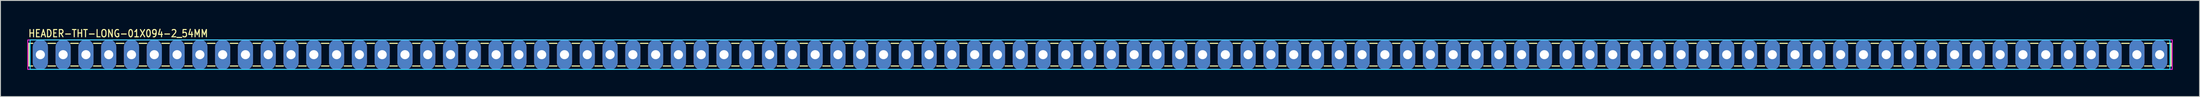
<source format=kicad_pcb>
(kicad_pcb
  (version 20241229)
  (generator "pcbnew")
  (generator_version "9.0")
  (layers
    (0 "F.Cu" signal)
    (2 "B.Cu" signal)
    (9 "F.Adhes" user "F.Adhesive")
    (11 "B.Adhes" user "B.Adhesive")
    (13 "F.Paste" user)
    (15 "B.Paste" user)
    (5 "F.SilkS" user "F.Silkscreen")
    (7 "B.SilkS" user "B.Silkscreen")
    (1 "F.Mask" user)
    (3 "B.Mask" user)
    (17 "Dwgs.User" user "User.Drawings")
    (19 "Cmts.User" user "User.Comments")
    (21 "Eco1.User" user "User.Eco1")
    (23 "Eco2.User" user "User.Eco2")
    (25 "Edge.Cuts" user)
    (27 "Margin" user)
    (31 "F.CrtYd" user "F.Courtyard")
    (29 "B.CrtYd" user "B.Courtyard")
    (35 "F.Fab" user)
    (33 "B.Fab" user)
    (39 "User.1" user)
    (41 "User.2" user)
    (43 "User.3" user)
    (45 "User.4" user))
  (footprint "HEADER-THT-LONG-01X094-2_54MM"
    (layer "F.Cu")
    (at 1.447 3.079)
    (property "Reference" "HEADER-THT-LONG-01X094-2_54MM" (at -1.4 -1.9 0) (unlocked yes) (layer "F.SilkS") (effects (font (size 0.813 0.695) (thickness 0.122)) (justify left bottom)))
    (fp_line (start -1.27 -1.27) (end -1.27 1.27) (stroke (width 0.127) (type solid)) (layer "F.SilkS"))
    (fp_line (start -1.27 1.27) (end -0.85 1.27) (stroke (width 0.127) (type solid)) (layer "F.SilkS"))
    (fp_line (start -0.85 -1.27) (end -1.27 -1.27) (stroke (width 0.127) (type solid)) (layer "F.SilkS"))
    (fp_line (start 0.85 -1.27) (end 1.69 -1.27) (stroke (width 0.127) (type solid)) (layer "F.SilkS"))
    (fp_line (start 0.85 1.27) (end 1.69 1.27) (stroke (width 0.127) (type solid)) (layer "F.SilkS"))
    (fp_line (start 3.39 -1.27) (end 4.23 -1.27) (stroke (width 0.127) (type solid)) (layer "F.SilkS"))
    (fp_line (start 3.39 1.27) (end 4.23 1.27) (stroke (width 0.127) (type solid)) (layer "F.SilkS"))
    (fp_line (start 5.93 -1.27) (end 6.77 -1.27) (stroke (width 0.127) (type solid)) (layer "F.SilkS"))
    (fp_line (start 5.93 1.27) (end 6.77 1.27) (stroke (width 0.127) (type solid)) (layer "F.SilkS"))
    (fp_line (start 8.47 -1.27) (end 9.31 -1.27) (stroke (width 0.127) (type solid)) (layer "F.SilkS"))
    (fp_line (start 8.47 1.27) (end 9.31 1.27) (stroke (width 0.127) (type solid)) (layer "F.SilkS"))
    (fp_line (start 11.01 -1.27) (end 11.85 -1.27) (stroke (width 0.127) (type solid)) (layer "F.SilkS"))
    (fp_line (start 11.01 1.27) (end 11.85 1.27) (stroke (width 0.127) (type solid)) (layer "F.SilkS"))
    (fp_line (start 13.55 -1.27) (end 14.39 -1.27) (stroke (width 0.127) (type solid)) (layer "F.SilkS"))
    (fp_line (start 13.55 1.27) (end 14.39 1.27) (stroke (width 0.127) (type solid)) (layer "F.SilkS"))
    (fp_line (start 16.09 -1.27) (end 16.93 -1.27) (stroke (width 0.127) (type solid)) (layer "F.SilkS"))
    (fp_line (start 16.09 1.27) (end 16.93 1.27) (stroke (width 0.127) (type solid)) (layer "F.SilkS"))
    (fp_line (start 18.63 -1.27) (end 19.47 -1.27) (stroke (width 0.127) (type solid)) (layer "F.SilkS"))
    (fp_line (start 18.63 1.27) (end 19.47 1.27) (stroke (width 0.127) (type solid)) (layer "F.SilkS"))
    (fp_line (start 21.17 -1.27) (end 22.01 -1.27) (stroke (width 0.127) (type solid)) (layer "F.SilkS"))
    (fp_line (start 21.17 1.27) (end 22.01 1.27) (stroke (width 0.127) (type solid)) (layer "F.SilkS"))
    (fp_line (start 23.71 -1.27) (end 24.55 -1.27) (stroke (width 0.127) (type solid)) (layer "F.SilkS"))
    (fp_line (start 23.71 1.27) (end 24.55 1.27) (stroke (width 0.127) (type solid)) (layer "F.SilkS"))
    (fp_line (start 26.25 -1.27) (end 27.09 -1.27) (stroke (width 0.127) (type solid)) (layer "F.SilkS"))
    (fp_line (start 26.25 1.27) (end 27.09 1.27) (stroke (width 0.127) (type solid)) (layer "F.SilkS"))
    (fp_line (start 28.79 -1.27) (end 29.63 -1.27) (stroke (width 0.127) (type solid)) (layer "F.SilkS"))
    (fp_line (start 28.79 1.27) (end 29.63 1.27) (stroke (width 0.127) (type solid)) (layer "F.SilkS"))
    (fp_line (start 31.33 -1.27) (end 32.17 -1.27) (stroke (width 0.127) (type solid)) (layer "F.SilkS"))
    (fp_line (start 31.33 1.27) (end 32.17 1.27) (stroke (width 0.127) (type solid)) (layer "F.SilkS"))
    (fp_line (start 33.87 -1.27) (end 34.71 -1.27) (stroke (width 0.127) (type solid)) (layer "F.SilkS"))
    (fp_line (start 33.87 1.27) (end 34.71 1.27) (stroke (width 0.127) (type solid)) (layer "F.SilkS"))
    (fp_line (start 36.41 -1.27) (end 37.25 -1.27) (stroke (width 0.127) (type solid)) (layer "F.SilkS"))
    (fp_line (start 36.41 1.27) (end 37.25 1.27) (stroke (width 0.127) (type solid)) (layer "F.SilkS"))
    (fp_line (start 38.95 -1.27) (end 39.79 -1.27) (stroke (width 0.127) (type solid)) (layer "F.SilkS"))
    (fp_line (start 38.95 1.27) (end 39.79 1.27) (stroke (width 0.127) (type solid)) (layer "F.SilkS"))
    (fp_line (start 41.49 -1.27) (end 42.33 -1.27) (stroke (width 0.127) (type solid)) (layer "F.SilkS"))
    (fp_line (start 41.49 1.27) (end 42.33 1.27) (stroke (width 0.127) (type solid)) (layer "F.SilkS"))
    (fp_line (start 44.03 -1.27) (end 44.87 -1.27) (stroke (width 0.127) (type solid)) (layer "F.SilkS"))
    (fp_line (start 44.03 1.27) (end 44.87 1.27) (stroke (width 0.127) (type solid)) (layer "F.SilkS"))
    (fp_line (start 46.57 -1.27) (end 47.41 -1.27) (stroke (width 0.127) (type solid)) (layer "F.SilkS"))
    (fp_line (start 46.57 1.27) (end 47.41 1.27) (stroke (width 0.127) (type solid)) (layer "F.SilkS"))
    (fp_line (start 49.11 -1.27) (end 49.95 -1.27) (stroke (width 0.127) (type solid)) (layer "F.SilkS"))
    (fp_line (start 49.11 1.27) (end 49.95 1.27) (stroke (width 0.127) (type solid)) (layer "F.SilkS"))
    (fp_line (start 51.65 -1.27) (end 52.49 -1.27) (stroke (width 0.127) (type solid)) (layer "F.SilkS"))
    (fp_line (start 51.65 1.27) (end 52.49 1.27) (stroke (width 0.127) (type solid)) (layer "F.SilkS"))
    (fp_line (start 54.19 -1.27) (end 55.03 -1.27) (stroke (width 0.127) (type solid)) (layer "F.SilkS"))
    (fp_line (start 54.19 1.27) (end 55.03 1.27) (stroke (width 0.127) (type solid)) (layer "F.SilkS"))
    (fp_line (start 56.73 -1.27) (end 57.57 -1.27) (stroke (width 0.127) (type solid)) (layer "F.SilkS"))
    (fp_line (start 56.73 1.27) (end 57.57 1.27) (stroke (width 0.127) (type solid)) (layer "F.SilkS"))
    (fp_line (start 59.27 -1.27) (end 60.11 -1.27) (stroke (width 0.127) (type solid)) (layer "F.SilkS"))
    (fp_line (start 59.27 1.27) (end 60.11 1.27) (stroke (width 0.127) (type solid)) (layer "F.SilkS"))
    (fp_line (start 61.81 -1.27) (end 62.65 -1.27) (stroke (width 0.127) (type solid)) (layer "F.SilkS"))
    (fp_line (start 61.81 1.27) (end 62.65 1.27) (stroke (width 0.127) (type solid)) (layer "F.SilkS"))
    (fp_line (start 64.35 -1.27) (end 65.19 -1.27) (stroke (width 0.127) (type solid)) (layer "F.SilkS"))
    (fp_line (start 64.35 1.27) (end 65.19 1.27) (stroke (width 0.127) (type solid)) (layer "F.SilkS"))
    (fp_line (start 66.89 -1.27) (end 67.73 -1.27) (stroke (width 0.127) (type solid)) (layer "F.SilkS"))
    (fp_line (start 66.89 1.27) (end 67.73 1.27) (stroke (width 0.127) (type solid)) (layer "F.SilkS"))
    (fp_line (start 69.43 -1.27) (end 70.27 -1.27) (stroke (width 0.127) (type solid)) (layer "F.SilkS"))
    (fp_line (start 69.43 1.27) (end 70.27 1.27) (stroke (width 0.127) (type solid)) (layer "F.SilkS"))
    (fp_line (start 71.97 -1.27) (end 72.81 -1.27) (stroke (width 0.127) (type solid)) (layer "F.SilkS"))
    (fp_line (start 71.97 1.27) (end 72.81 1.27) (stroke (width 0.127) (type solid)) (layer "F.SilkS"))
    (fp_line (start 74.51 -1.27) (end 75.35 -1.27) (stroke (width 0.127) (type solid)) (layer "F.SilkS"))
    (fp_line (start 74.51 1.27) (end 75.35 1.27) (stroke (width 0.127) (type solid)) (layer "F.SilkS"))
    (fp_line (start 77.05 -1.27) (end 77.89 -1.27) (stroke (width 0.127) (type solid)) (layer "F.SilkS"))
    (fp_line (start 77.05 1.27) (end 77.89 1.27) (stroke (width 0.127) (type solid)) (layer "F.SilkS"))
    (fp_line (start 79.59 -1.27) (end 80.43 -1.27) (stroke (width 0.127) (type solid)) (layer "F.SilkS"))
    (fp_line (start 79.59 1.27) (end 80.43 1.27) (stroke (width 0.127) (type solid)) (layer "F.SilkS"))
    (fp_line (start 82.13 -1.27) (end 82.97 -1.27) (stroke (width 0.127) (type solid)) (layer "F.SilkS"))
    (fp_line (start 82.13 1.27) (end 82.97 1.27) (stroke (width 0.127) (type solid)) (layer "F.SilkS"))
    (fp_line (start 84.67 -1.27) (end 85.51 -1.27) (stroke (width 0.127) (type solid)) (layer "F.SilkS"))
    (fp_line (start 84.67 1.27) (end 85.51 1.27) (stroke (width 0.127) (type solid)) (layer "F.SilkS"))
    (fp_line (start 87.21 -1.27) (end 88.05 -1.27) (stroke (width 0.127) (type solid)) (layer "F.SilkS"))
    (fp_line (start 87.21 1.27) (end 88.05 1.27) (stroke (width 0.127) (type solid)) (layer "F.SilkS"))
    (fp_line (start 89.75 -1.27) (end 90.59 -1.27) (stroke (width 0.127) (type solid)) (layer "F.SilkS"))
    (fp_line (start 89.75 1.27) (end 90.59 1.27) (stroke (width 0.127) (type solid)) (layer "F.SilkS"))
    (fp_line (start 92.29 -1.27) (end 93.13 -1.27) (stroke (width 0.127) (type solid)) (layer "F.SilkS"))
    (fp_line (start 92.29 1.27) (end 93.13 1.27) (stroke (width 0.127) (type solid)) (layer "F.SilkS"))
    (fp_line (start 94.83 -1.27) (end 95.67 -1.27) (stroke (width 0.127) (type solid)) (layer "F.SilkS"))
    (fp_line (start 94.83 1.27) (end 95.67 1.27) (stroke (width 0.127) (type solid)) (layer "F.SilkS"))
    (fp_line (start 97.37 -1.27) (end 98.21 -1.27) (stroke (width 0.127) (type solid)) (layer "F.SilkS"))
    (fp_line (start 97.37 1.27) (end 98.21 1.27) (stroke (width 0.127) (type solid)) (layer "F.SilkS"))
    (fp_line (start 99.91 -1.27) (end 100.75 -1.27) (stroke (width 0.127) (type solid)) (layer "F.SilkS"))
    (fp_line (start 99.91 1.27) (end 100.75 1.27) (stroke (width 0.127) (type solid)) (layer "F.SilkS"))
    (fp_line (start 102.45 -1.27) (end 103.29 -1.27) (stroke (width 0.127) (type solid)) (layer "F.SilkS"))
    (fp_line (start 102.45 1.27) (end 103.29 1.27) (stroke (width 0.127) (type solid)) (layer "F.SilkS"))
    (fp_line (start 104.99 -1.27) (end 105.83 -1.27) (stroke (width 0.127) (type solid)) (layer "F.SilkS"))
    (fp_line (start 104.99 1.27) (end 105.83 1.27) (stroke (width 0.127) (type solid)) (layer "F.SilkS"))
    (fp_line (start 107.53 -1.27) (end 108.37 -1.27) (stroke (width 0.127) (type solid)) (layer "F.SilkS"))
    (fp_line (start 107.53 1.27) (end 108.37 1.27) (stroke (width 0.127) (type solid)) (layer "F.SilkS"))
    (fp_line (start 110.07 -1.27) (end 110.91 -1.27) (stroke (width 0.127) (type solid)) (layer "F.SilkS"))
    (fp_line (start 110.07 1.27) (end 110.91 1.27) (stroke (width 0.127) (type solid)) (layer "F.SilkS"))
    (fp_line (start 112.61 -1.27) (end 113.45 -1.27) (stroke (width 0.127) (type solid)) (layer "F.SilkS"))
    (fp_line (start 112.61 1.27) (end 113.45 1.27) (stroke (width 0.127) (type solid)) (layer "F.SilkS"))
    (fp_line (start 115.15 -1.27) (end 115.99 -1.27) (stroke (width 0.127) (type solid)) (layer "F.SilkS"))
    (fp_line (start 115.15 1.27) (end 115.99 1.27) (stroke (width 0.127) (type solid)) (layer "F.SilkS"))
    (fp_line (start 117.69 -1.27) (end 118.53 -1.27) (stroke (width 0.127) (type solid)) (layer "F.SilkS"))
    (fp_line (start 117.69 1.27) (end 118.53 1.27) (stroke (width 0.127) (type solid)) (layer "F.SilkS"))
    (fp_line (start 120.23 -1.27) (end 121.07 -1.27) (stroke (width 0.127) (type solid)) (layer "F.SilkS"))
    (fp_line (start 120.23 1.27) (end 121.07 1.27) (stroke (width 0.127) (type solid)) (layer "F.SilkS"))
    (fp_line (start 122.77 -1.27) (end 123.61 -1.27) (stroke (width 0.127) (type solid)) (layer "F.SilkS"))
    (fp_line (start 122.77 1.27) (end 123.61 1.27) (stroke (width 0.127) (type solid)) (layer "F.SilkS"))
    (fp_line (start 125.31 -1.27) (end 126.15 -1.27) (stroke (width 0.127) (type solid)) (layer "F.SilkS"))
    (fp_line (start 125.31 1.27) (end 126.15 1.27) (stroke (width 0.127) (type solid)) (layer "F.SilkS"))
    (fp_line (start 127.85 -1.27) (end 128.69 -1.27) (stroke (width 0.127) (type solid)) (layer "F.SilkS"))
    (fp_line (start 127.85 1.27) (end 128.69 1.27) (stroke (width 0.127) (type solid)) (layer "F.SilkS"))
    (fp_line (start 130.39 -1.27) (end 131.23 -1.27) (stroke (width 0.127) (type solid)) (layer "F.SilkS"))
    (fp_line (start 130.39 1.27) (end 131.23 1.27) (stroke (width 0.127) (type solid)) (layer "F.SilkS"))
    (fp_line (start 132.93 -1.27) (end 133.77 -1.27) (stroke (width 0.127) (type solid)) (layer "F.SilkS"))
    (fp_line (start 132.93 1.27) (end 133.77 1.27) (stroke (width 0.127) (type solid)) (layer "F.SilkS"))
    (fp_line (start 135.47 -1.27) (end 136.31 -1.27) (stroke (width 0.127) (type solid)) (layer "F.SilkS"))
    (fp_line (start 135.47 1.27) (end 136.31 1.27) (stroke (width 0.127) (type solid)) (layer "F.SilkS"))
    (fp_line (start 138.01 -1.27) (end 138.85 -1.27) (stroke (width 0.127) (type solid)) (layer "F.SilkS"))
    (fp_line (start 138.01 1.27) (end 138.85 1.27) (stroke (width 0.127) (type solid)) (layer "F.SilkS"))
    (fp_line (start 140.55 -1.27) (end 141.39 -1.27) (stroke (width 0.127) (type solid)) (layer "F.SilkS"))
    (fp_line (start 140.55 1.27) (end 141.39 1.27) (stroke (width 0.127) (type solid)) (layer "F.SilkS"))
    (fp_line (start 143.09 -1.27) (end 143.93 -1.27) (stroke (width 0.127) (type solid)) (layer "F.SilkS"))
    (fp_line (start 143.09 1.27) (end 143.93 1.27) (stroke (width 0.127) (type solid)) (layer "F.SilkS"))
    (fp_line (start 145.63 -1.27) (end 146.47 -1.27) (stroke (width 0.127) (type solid)) (layer "F.SilkS"))
    (fp_line (start 145.63 1.27) (end 146.47 1.27) (stroke (width 0.127) (type solid)) (layer "F.SilkS"))
    (fp_line (start 148.17 -1.27) (end 149.01 -1.27) (stroke (width 0.127) (type solid)) (layer "F.SilkS"))
    (fp_line (start 148.17 1.27) (end 149.01 1.27) (stroke (width 0.127) (type solid)) (layer "F.SilkS"))
    (fp_line (start 150.71 -1.27) (end 151.55 -1.27) (stroke (width 0.127) (type solid)) (layer "F.SilkS"))
    (fp_line (start 150.71 1.27) (end 151.55 1.27) (stroke (width 0.127) (type solid)) (layer "F.SilkS"))
    (fp_line (start 153.25 -1.27) (end 154.09 -1.27) (stroke (width 0.127) (type solid)) (layer "F.SilkS"))
    (fp_line (start 153.25 1.27) (end 154.09 1.27) (stroke (width 0.127) (type solid)) (layer "F.SilkS"))
    (fp_line (start 155.79 -1.27) (end 156.63 -1.27) (stroke (width 0.127) (type solid)) (layer "F.SilkS"))
    (fp_line (start 155.79 1.27) (end 156.63 1.27) (stroke (width 0.127) (type solid)) (layer "F.SilkS"))
    (fp_line (start 158.33 -1.27) (end 159.17 -1.27) (stroke (width 0.127) (type solid)) (layer "F.SilkS"))
    (fp_line (start 158.33 1.27) (end 159.17 1.27) (stroke (width 0.127) (type solid)) (layer "F.SilkS"))
    (fp_line (start 160.87 -1.27) (end 161.71 -1.27) (stroke (width 0.127) (type solid)) (layer "F.SilkS"))
    (fp_line (start 160.87 1.27) (end 161.71 1.27) (stroke (width 0.127) (type solid)) (layer "F.SilkS"))
    (fp_line (start 163.41 -1.27) (end 164.25 -1.27) (stroke (width 0.127) (type solid)) (layer "F.SilkS"))
    (fp_line (start 163.41 1.27) (end 164.25 1.27) (stroke (width 0.127) (type solid)) (layer "F.SilkS"))
    (fp_line (start 165.95 -1.27) (end 166.79 -1.27) (stroke (width 0.127) (type solid)) (layer "F.SilkS"))
    (fp_line (start 165.95 1.27) (end 166.79 1.27) (stroke (width 0.127) (type solid)) (layer "F.SilkS"))
    (fp_line (start 168.49 -1.27) (end 169.33 -1.27) (stroke (width 0.127) (type solid)) (layer "F.SilkS"))
    (fp_line (start 168.49 1.27) (end 169.33 1.27) (stroke (width 0.127) (type solid)) (layer "F.SilkS"))
    (fp_line (start 171.03 -1.27) (end 171.87 -1.27) (stroke (width 0.127) (type solid)) (layer "F.SilkS"))
    (fp_line (start 171.03 1.27) (end 171.87 1.27) (stroke (width 0.127) (type solid)) (layer "F.SilkS"))
    (fp_line (start 173.57 -1.27) (end 174.41 -1.27) (stroke (width 0.127) (type solid)) (layer "F.SilkS"))
    (fp_line (start 173.57 1.27) (end 174.41 1.27) (stroke (width 0.127) (type solid)) (layer "F.SilkS"))
    (fp_line (start 176.11 -1.27) (end 176.95 -1.27) (stroke (width 0.127) (type solid)) (layer "F.SilkS"))
    (fp_line (start 176.11 1.27) (end 176.95 1.27) (stroke (width 0.127) (type solid)) (layer "F.SilkS"))
    (fp_line (start 178.65 -1.27) (end 179.49 -1.27) (stroke (width 0.127) (type solid)) (layer "F.SilkS"))
    (fp_line (start 178.65 1.27) (end 179.49 1.27) (stroke (width 0.127) (type solid)) (layer "F.SilkS"))
    (fp_line (start 181.19 -1.27) (end 182.03 -1.27) (stroke (width 0.127) (type solid)) (layer "F.SilkS"))
    (fp_line (start 181.19 1.27) (end 182.03 1.27) (stroke (width 0.127) (type solid)) (layer "F.SilkS"))
    (fp_line (start 183.73 -1.27) (end 184.57 -1.27) (stroke (width 0.127) (type solid)) (layer "F.SilkS"))
    (fp_line (start 183.73 1.27) (end 184.57 1.27) (stroke (width 0.127) (type solid)) (layer "F.SilkS"))
    (fp_line (start 186.27 -1.27) (end 187.11 -1.27) (stroke (width 0.127) (type solid)) (layer "F.SilkS"))
    (fp_line (start 186.27 1.27) (end 187.11 1.27) (stroke (width 0.127) (type solid)) (layer "F.SilkS"))
    (fp_line (start 188.81 -1.27) (end 189.65 -1.27) (stroke (width 0.127) (type solid)) (layer "F.SilkS"))
    (fp_line (start 188.81 1.27) (end 189.65 1.27) (stroke (width 0.127) (type solid)) (layer "F.SilkS"))
    (fp_line (start 191.35 -1.27) (end 192.19 -1.27) (stroke (width 0.127) (type solid)) (layer "F.SilkS"))
    (fp_line (start 191.35 1.27) (end 192.19 1.27) (stroke (width 0.127) (type solid)) (layer "F.SilkS"))
    (fp_line (start 193.89 -1.27) (end 194.73 -1.27) (stroke (width 0.127) (type solid)) (layer "F.SilkS"))
    (fp_line (start 193.89 1.27) (end 194.73 1.27) (stroke (width 0.127) (type solid)) (layer "F.SilkS"))
    (fp_line (start 196.43 -1.27) (end 197.27 -1.27) (stroke (width 0.127) (type solid)) (layer "F.SilkS"))
    (fp_line (start 196.43 1.27) (end 197.27 1.27) (stroke (width 0.127) (type solid)) (layer "F.SilkS"))
    (fp_line (start 198.97 -1.27) (end 199.81 -1.27) (stroke (width 0.127) (type solid)) (layer "F.SilkS"))
    (fp_line (start 198.97 1.27) (end 199.81 1.27) (stroke (width 0.127) (type solid)) (layer "F.SilkS"))
    (fp_line (start 201.51 -1.27) (end 202.35 -1.27) (stroke (width 0.127) (type solid)) (layer "F.SilkS"))
    (fp_line (start 201.51 1.27) (end 202.35 1.27) (stroke (width 0.127) (type solid)) (layer "F.SilkS"))
    (fp_line (start 204.05 -1.27) (end 204.89 -1.27) (stroke (width 0.127) (type solid)) (layer "F.SilkS"))
    (fp_line (start 204.05 1.27) (end 204.89 1.27) (stroke (width 0.127) (type solid)) (layer "F.SilkS"))
    (fp_line (start 206.59 -1.27) (end 207.43 -1.27) (stroke (width 0.127) (type solid)) (layer "F.SilkS"))
    (fp_line (start 206.59 1.27) (end 207.43 1.27) (stroke (width 0.127) (type solid)) (layer "F.SilkS"))
    (fp_line (start 209.13 -1.27) (end 209.97 -1.27) (stroke (width 0.127) (type solid)) (layer "F.SilkS"))
    (fp_line (start 209.13 1.27) (end 209.97 1.27) (stroke (width 0.127) (type solid)) (layer "F.SilkS"))
    (fp_line (start 211.67 -1.27) (end 212.51 -1.27) (stroke (width 0.127) (type solid)) (layer "F.SilkS"))
    (fp_line (start 211.67 1.27) (end 212.51 1.27) (stroke (width 0.127) (type solid)) (layer "F.SilkS"))
    (fp_line (start 214.21 -1.27) (end 215.05 -1.27) (stroke (width 0.127) (type solid)) (layer "F.SilkS"))
    (fp_line (start 214.21 1.27) (end 215.05 1.27) (stroke (width 0.127) (type solid)) (layer "F.SilkS"))
    (fp_line (start 216.75 -1.27) (end 217.59 -1.27) (stroke (width 0.127) (type solid)) (layer "F.SilkS"))
    (fp_line (start 216.75 1.27) (end 217.59 1.27) (stroke (width 0.127) (type solid)) (layer "F.SilkS"))
    (fp_line (start 219.29 -1.27) (end 220.13 -1.27) (stroke (width 0.127) (type solid)) (layer "F.SilkS"))
    (fp_line (start 219.29 1.27) (end 220.13 1.27) (stroke (width 0.127) (type solid)) (layer "F.SilkS"))
    (fp_line (start 221.83 -1.27) (end 222.67 -1.27) (stroke (width 0.127) (type solid)) (layer "F.SilkS"))
    (fp_line (start 221.83 1.27) (end 222.67 1.27) (stroke (width 0.127) (type solid)) (layer "F.SilkS"))
    (fp_line (start 224.37 -1.27) (end 225.21 -1.27) (stroke (width 0.127) (type solid)) (layer "F.SilkS"))
    (fp_line (start 224.37 1.27) (end 225.21 1.27) (stroke (width 0.127) (type solid)) (layer "F.SilkS"))
    (fp_line (start 226.91 -1.27) (end 227.75 -1.27) (stroke (width 0.127) (type solid)) (layer "F.SilkS"))
    (fp_line (start 226.91 1.27) (end 227.75 1.27) (stroke (width 0.127) (type solid)) (layer "F.SilkS"))
    (fp_line (start 229.45 -1.27) (end 230.29 -1.27) (stroke (width 0.127) (type solid)) (layer "F.SilkS"))
    (fp_line (start 229.45 1.27) (end 230.29 1.27) (stroke (width 0.127) (type solid)) (layer "F.SilkS"))
    (fp_line (start 231.99 -1.27) (end 232.83 -1.27) (stroke (width 0.127) (type solid)) (layer "F.SilkS"))
    (fp_line (start 231.99 1.27) (end 232.83 1.27) (stroke (width 0.127) (type solid)) (layer "F.SilkS"))
    (fp_line (start 234.53 -1.27) (end 235.37 -1.27) (stroke (width 0.127) (type solid)) (layer "F.SilkS"))
    (fp_line (start 234.53 1.27) (end 235.37 1.27) (stroke (width 0.127) (type solid)) (layer "F.SilkS"))
    (fp_line (start 237.07 -1.27) (end 237.49 -1.27) (stroke (width 0.127) (type solid)) (layer "F.SilkS"))
    (fp_line (start 237.49 -1.27) (end 237.49 1.27) (stroke (width 0.127) (type solid)) (layer "F.SilkS"))
    (fp_line (start 237.49 1.27) (end 237.07 1.27) (stroke (width 0.127) (type solid)) (layer "F.SilkS"))
    (fp_poly (pts (xy -1.143 -1.651) (xy 237.363 -1.651) (xy 237.363 1.651) (xy -1.143 1.651)) (stroke (width 0.1) (type solid)) (fill no) (layer "B.CrtYd"))
    (fp_poly (pts (xy -1.397 -1.651) (xy 237.617 -1.651) (xy 237.617 1.651) (xy -1.397 1.651)) (stroke (width 0.1) (type solid)) (fill no) (layer "F.CrtYd"))
    (pad "P$1" thru_hole oval (at 0 0 90) (size 3.387 1.693) (drill 1.016) (layers "*.Cu" "*.Mask"))
    (pad "P$2" thru_hole oval (at 2.54 0 90) (size 3.387 1.693) (drill 1.016) (layers "*.Cu" "*.Mask"))
    (pad "P$3" thru_hole oval (at 5.08 0 90) (size 3.387 1.693) (drill 1.016) (layers "*.Cu" "*.Mask"))
    (pad "P$4" thru_hole oval (at 7.62 0 90) (size 3.387 1.693) (drill 1.016) (layers "*.Cu" "*.Mask"))
    (pad "P$5" thru_hole oval (at 10.16 0 90) (size 3.387 1.693) (drill 1.016) (layers "*.Cu" "*.Mask"))
    (pad "P$6" thru_hole oval (at 12.7 0 90) (size 3.387 1.693) (drill 1.016) (layers "*.Cu" "*.Mask"))
    (pad "P$7" thru_hole oval (at 15.24 0 90) (size 3.387 1.693) (drill 1.016) (layers "*.Cu" "*.Mask"))
    (pad "P$8" thru_hole oval (at 17.78 0 90) (size 3.387 1.693) (drill 1.016) (layers "*.Cu" "*.Mask"))
    (pad "P$9" thru_hole oval (at 20.32 0 90) (size 3.387 1.693) (drill 1.016) (layers "*.Cu" "*.Mask"))
    (pad "P$10" thru_hole oval (at 22.86 0 90) (size 3.387 1.693) (drill 1.016) (layers "*.Cu" "*.Mask"))
    (pad "P$11" thru_hole oval (at 25.4 0 90) (size 3.387 1.693) (drill 1.016) (layers "*.Cu" "*.Mask"))
    (pad "P$12" thru_hole oval (at 27.94 0 90) (size 3.387 1.693) (drill 1.016) (layers "*.Cu" "*.Mask"))
    (pad "P$13" thru_hole oval (at 30.48 0 90) (size 3.387 1.693) (drill 1.016) (layers "*.Cu" "*.Mask"))
    (pad "P$14" thru_hole oval (at 33.02 0 90) (size 3.387 1.693) (drill 1.016) (layers "*.Cu" "*.Mask"))
    (pad "P$15" thru_hole oval (at 35.56 0 90) (size 3.387 1.693) (drill 1.016) (layers "*.Cu" "*.Mask"))
    (pad "P$16" thru_hole oval (at 38.1 0 90) (size 3.387 1.693) (drill 1.016) (layers "*.Cu" "*.Mask"))
    (pad "P$17" thru_hole oval (at 40.64 0 90) (size 3.387 1.693) (drill 1.016) (layers "*.Cu" "*.Mask"))
    (pad "P$18" thru_hole oval (at 43.18 0 90) (size 3.387 1.693) (drill 1.016) (layers "*.Cu" "*.Mask"))
    (pad "P$19" thru_hole oval (at 45.72 0 90) (size 3.387 1.693) (drill 1.016) (layers "*.Cu" "*.Mask"))
    (pad "P$20" thru_hole oval (at 48.26 0 90) (size 3.387 1.693) (drill 1.016) (layers "*.Cu" "*.Mask"))
    (pad "P$21" thru_hole oval (at 50.8 0 90) (size 3.387 1.693) (drill 1.016) (layers "*.Cu" "*.Mask"))
    (pad "P$22" thru_hole oval (at 53.34 0 90) (size 3.387 1.693) (drill 1.016) (layers "*.Cu" "*.Mask"))
    (pad "P$23" thru_hole oval (at 55.88 0 90) (size 3.387 1.693) (drill 1.016) (layers "*.Cu" "*.Mask"))
    (pad "P$24" thru_hole oval (at 58.42 0 90) (size 3.387 1.693) (drill 1.016) (layers "*.Cu" "*.Mask"))
    (pad "P$25" thru_hole oval (at 60.96 0 90) (size 3.387 1.693) (drill 1.016) (layers "*.Cu" "*.Mask"))
    (pad "P$26" thru_hole oval (at 63.5 0 90) (size 3.387 1.693) (drill 1.016) (layers "*.Cu" "*.Mask"))
    (pad "P$27" thru_hole oval (at 66.04 0 90) (size 3.387 1.693) (drill 1.016) (layers "*.Cu" "*.Mask"))
    (pad "P$28" thru_hole oval (at 68.58 0 90) (size 3.387 1.693) (drill 1.016) (layers "*.Cu" "*.Mask"))
    (pad "P$29" thru_hole oval (at 71.12 0 90) (size 3.387 1.693) (drill 1.016) (layers "*.Cu" "*.Mask"))
    (pad "P$30" thru_hole oval (at 73.66 0 90) (size 3.387 1.693) (drill 1.016) (layers "*.Cu" "*.Mask"))
    (pad "P$31" thru_hole oval (at 76.2 0 90) (size 3.387 1.693) (drill 1.016) (layers "*.Cu" "*.Mask"))
    (pad "P$32" thru_hole oval (at 78.74 0 90) (size 3.387 1.693) (drill 1.016) (layers "*.Cu" "*.Mask"))
    (pad "P$33" thru_hole oval (at 81.28 0 90) (size 3.387 1.693) (drill 1.016) (layers "*.Cu" "*.Mask"))
    (pad "P$34" thru_hole oval (at 83.82 0 90) (size 3.387 1.693) (drill 1.016) (layers "*.Cu" "*.Mask"))
    (pad "P$35" thru_hole oval (at 86.36 0 90) (size 3.387 1.693) (drill 1.016) (layers "*.Cu" "*.Mask"))
    (pad "P$36" thru_hole oval (at 88.9 0 90) (size 3.387 1.693) (drill 1.016) (layers "*.Cu" "*.Mask"))
    (pad "P$37" thru_hole oval (at 91.44 0 90) (size 3.387 1.693) (drill 1.016) (layers "*.Cu" "*.Mask"))
    (pad "P$38" thru_hole oval (at 93.98 0 90) (size 3.387 1.693) (drill 1.016) (layers "*.Cu" "*.Mask"))
    (pad "P$39" thru_hole oval (at 96.52 0 90) (size 3.387 1.693) (drill 1.016) (layers "*.Cu" "*.Mask"))
    (pad "P$40" thru_hole oval (at 99.06 0 90) (size 3.387 1.693) (drill 1.016) (layers "*.Cu" "*.Mask"))
    (pad "P$41" thru_hole oval (at 101.6 0 90) (size 3.387 1.693) (drill 1.016) (layers "*.Cu" "*.Mask"))
    (pad "P$42" thru_hole oval (at 104.14 0 90) (size 3.387 1.693) (drill 1.016) (layers "*.Cu" "*.Mask"))
    (pad "P$43" thru_hole oval (at 106.68 0 90) (size 3.387 1.693) (drill 1.016) (layers "*.Cu" "*.Mask"))
    (pad "P$44" thru_hole oval (at 109.22 0 90) (size 3.387 1.693) (drill 1.016) (layers "*.Cu" "*.Mask"))
    (pad "P$45" thru_hole oval (at 111.76 0 90) (size 3.387 1.693) (drill 1.016) (layers "*.Cu" "*.Mask"))
    (pad "P$46" thru_hole oval (at 114.3 0 90) (size 3.387 1.693) (drill 1.016) (layers "*.Cu" "*.Mask"))
    (pad "P$47" thru_hole oval (at 116.84 0 90) (size 3.387 1.693) (drill 1.016) (layers "*.Cu" "*.Mask"))
    (pad "P$48" thru_hole oval (at 119.38 0 90) (size 3.387 1.693) (drill 1.016) (layers "*.Cu" "*.Mask"))
    (pad "P$49" thru_hole oval (at 121.92 0 90) (size 3.387 1.693) (drill 1.016) (layers "*.Cu" "*.Mask"))
    (pad "P$50" thru_hole oval (at 124.46 0 90) (size 3.387 1.693) (drill 1.016) (layers "*.Cu" "*.Mask"))
    (pad "P$51" thru_hole oval (at 127 0 90) (size 3.387 1.693) (drill 1.016) (layers "*.Cu" "*.Mask"))
    (pad "P$52" thru_hole oval (at 129.54 0 90) (size 3.387 1.693) (drill 1.016) (layers "*.Cu" "*.Mask"))
    (pad "P$53" thru_hole oval (at 132.08 0 90) (size 3.387 1.693) (drill 1.016) (layers "*.Cu" "*.Mask"))
    (pad "P$54" thru_hole oval (at 134.62 0 90) (size 3.387 1.693) (drill 1.016) (layers "*.Cu" "*.Mask"))
    (pad "P$55" thru_hole oval (at 137.16 0 90) (size 3.387 1.693) (drill 1.016) (layers "*.Cu" "*.Mask"))
    (pad "P$56" thru_hole oval (at 139.7 0 90) (size 3.387 1.693) (drill 1.016) (layers "*.Cu" "*.Mask"))
    (pad "P$57" thru_hole oval (at 142.24 0 90) (size 3.387 1.693) (drill 1.016) (layers "*.Cu" "*.Mask"))
    (pad "P$58" thru_hole oval (at 144.78 0 90) (size 3.387 1.693) (drill 1.016) (layers "*.Cu" "*.Mask"))
    (pad "P$59" thru_hole oval (at 147.32 0 90) (size 3.387 1.693) (drill 1.016) (layers "*.Cu" "*.Mask"))
    (pad "P$60" thru_hole oval (at 149.86 0 90) (size 3.387 1.693) (drill 1.016) (layers "*.Cu" "*.Mask"))
    (pad "P$61" thru_hole oval (at 152.4 0 90) (size 3.387 1.693) (drill 1.016) (layers "*.Cu" "*.Mask"))
    (pad "P$62" thru_hole oval (at 154.94 0 90) (size 3.387 1.693) (drill 1.016) (layers "*.Cu" "*.Mask"))
    (pad "P$63" thru_hole oval (at 157.48 0 90) (size 3.387 1.693) (drill 1.016) (layers "*.Cu" "*.Mask"))
    (pad "P$64" thru_hole oval (at 160.02 0 90) (size 3.387 1.693) (drill 1.016) (layers "*.Cu" "*.Mask"))
    (pad "P$65" thru_hole oval (at 162.56 0 90) (size 3.387 1.693) (drill 1.016) (layers "*.Cu" "*.Mask"))
    (pad "P$66" thru_hole oval (at 165.1 0 90) (size 3.387 1.693) (drill 1.016) (layers "*.Cu" "*.Mask"))
    (pad "P$67" thru_hole oval (at 167.64 0 90) (size 3.387 1.693) (drill 1.016) (layers "*.Cu" "*.Mask"))
    (pad "P$68" thru_hole oval (at 170.18 0 90) (size 3.387 1.693) (drill 1.016) (layers "*.Cu" "*.Mask"))
    (pad "P$69" thru_hole oval (at 172.72 0 90) (size 3.387 1.693) (drill 1.016) (layers "*.Cu" "*.Mask"))
    (pad "P$70" thru_hole oval (at 175.26 0 90) (size 3.387 1.693) (drill 1.016) (layers "*.Cu" "*.Mask"))
    (pad "P$71" thru_hole oval (at 177.8 0 90) (size 3.387 1.693) (drill 1.016) (layers "*.Cu" "*.Mask"))
    (pad "P$72" thru_hole oval (at 180.34 0 90) (size 3.387 1.693) (drill 1.016) (layers "*.Cu" "*.Mask"))
    (pad "P$73" thru_hole oval (at 182.88 0 90) (size 3.387 1.693) (drill 1.016) (layers "*.Cu" "*.Mask"))
    (pad "P$74" thru_hole oval (at 185.42 0 90) (size 3.387 1.693) (drill 1.016) (layers "*.Cu" "*.Mask"))
    (pad "P$75" thru_hole oval (at 187.96 0 90) (size 3.387 1.693) (drill 1.016) (layers "*.Cu" "*.Mask"))
    (pad "P$76" thru_hole oval (at 190.5 0 90) (size 3.387 1.693) (drill 1.016) (layers "*.Cu" "*.Mask"))
    (pad "P$77" thru_hole oval (at 193.04 0 90) (size 3.387 1.693) (drill 1.016) (layers "*.Cu" "*.Mask"))
    (pad "P$78" thru_hole oval (at 195.58 0 90) (size 3.387 1.693) (drill 1.016) (layers "*.Cu" "*.Mask"))
    (pad "P$79" thru_hole oval (at 198.12 0 90) (size 3.387 1.693) (drill 1.016) (layers "*.Cu" "*.Mask"))
    (pad "P$80" thru_hole oval (at 200.66 0 90) (size 3.387 1.693) (drill 1.016) (layers "*.Cu" "*.Mask"))
    (pad "P$81" thru_hole oval (at 203.2 0 90) (size 3.387 1.693) (drill 1.016) (layers "*.Cu" "*.Mask"))
    (pad "P$82" thru_hole oval (at 205.74 0 90) (size 3.387 1.693) (drill 1.016) (layers "*.Cu" "*.Mask"))
    (pad "P$83" thru_hole oval (at 208.28 0 90) (size 3.387 1.693) (drill 1.016) (layers "*.Cu" "*.Mask"))
    (pad "P$84" thru_hole oval (at 210.82 0 90) (size 3.387 1.693) (drill 1.016) (layers "*.Cu" "*.Mask"))
    (pad "P$85" thru_hole oval (at 213.36 0 90) (size 3.387 1.693) (drill 1.016) (layers "*.Cu" "*.Mask"))
    (pad "P$86" thru_hole oval (at 215.9 0 90) (size 3.387 1.693) (drill 1.016) (layers "*.Cu" "*.Mask"))
    (pad "P$87" thru_hole oval (at 218.44 0 90) (size 3.387 1.693) (drill 1.016) (layers "*.Cu" "*.Mask"))
    (pad "P$88" thru_hole oval (at 220.98 0 90) (size 3.387 1.693) (drill 1.016) (layers "*.Cu" "*.Mask"))
    (pad "P$89" thru_hole oval (at 223.52 0 90) (size 3.387 1.693) (drill 1.016) (layers "*.Cu" "*.Mask"))
    (pad "P$90" thru_hole oval (at 226.06 0 90) (size 3.387 1.693) (drill 1.016) (layers "*.Cu" "*.Mask"))
    (pad "P$91" thru_hole oval (at 228.6 0 90) (size 3.387 1.693) (drill 1.016) (layers "*.Cu" "*.Mask"))
    (pad "P$92" thru_hole oval (at 231.14 0 90) (size 3.387 1.693) (drill 1.016) (layers "*.Cu" "*.Mask"))
    (pad "P$93" thru_hole oval (at 233.68 0 90) (size 3.387 1.693) (drill 1.016) (layers "*.Cu" "*.Mask"))
    (pad "P$94" thru_hole oval (at 236.22 0 90) (size 3.387 1.693) (drill 1.016) (layers "*.Cu" "*.Mask")))
  (gr_rect
    (start -3 -3)
    (end 242.114 7.78)
    (stroke (width 0.1) (type default))
    (fill no)
    (layer "Edge.Cuts")))
</source>
